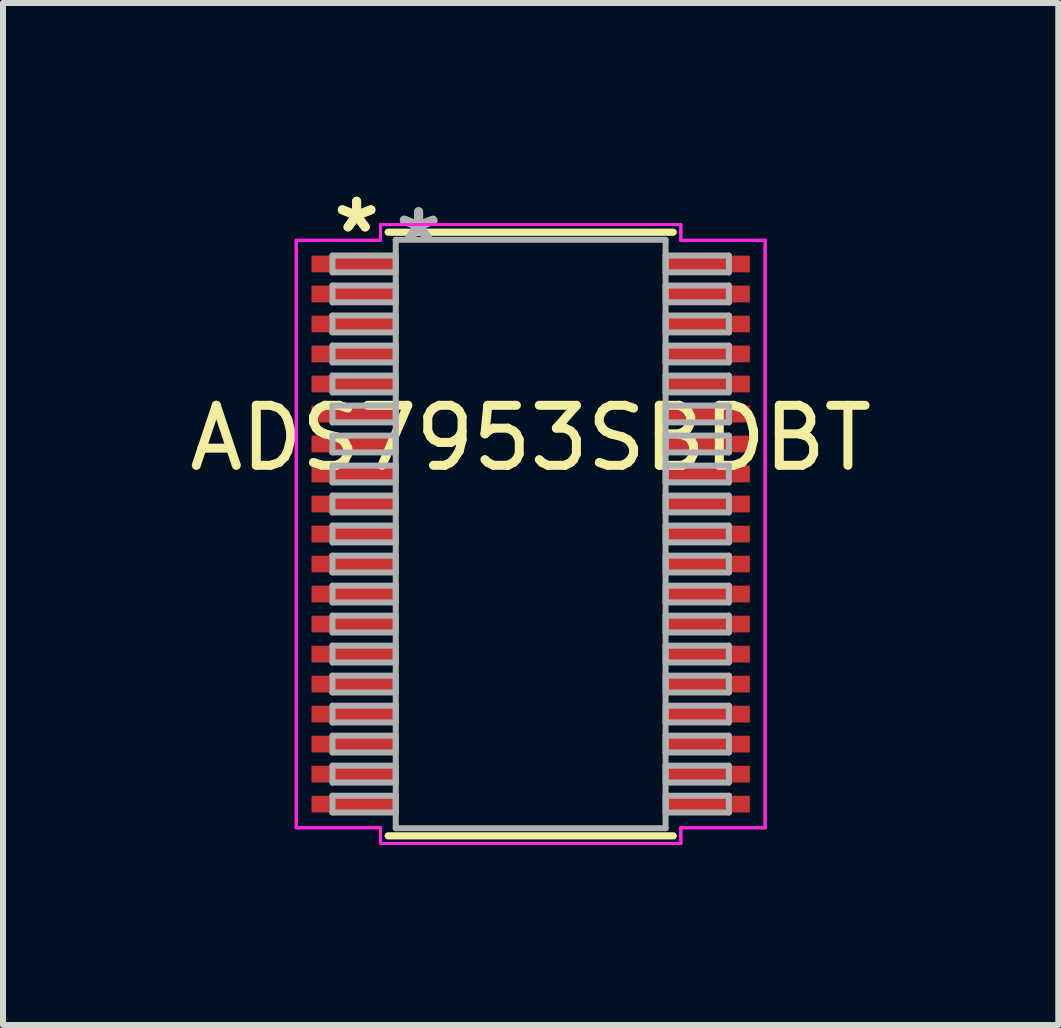
<source format=kicad_pcb>
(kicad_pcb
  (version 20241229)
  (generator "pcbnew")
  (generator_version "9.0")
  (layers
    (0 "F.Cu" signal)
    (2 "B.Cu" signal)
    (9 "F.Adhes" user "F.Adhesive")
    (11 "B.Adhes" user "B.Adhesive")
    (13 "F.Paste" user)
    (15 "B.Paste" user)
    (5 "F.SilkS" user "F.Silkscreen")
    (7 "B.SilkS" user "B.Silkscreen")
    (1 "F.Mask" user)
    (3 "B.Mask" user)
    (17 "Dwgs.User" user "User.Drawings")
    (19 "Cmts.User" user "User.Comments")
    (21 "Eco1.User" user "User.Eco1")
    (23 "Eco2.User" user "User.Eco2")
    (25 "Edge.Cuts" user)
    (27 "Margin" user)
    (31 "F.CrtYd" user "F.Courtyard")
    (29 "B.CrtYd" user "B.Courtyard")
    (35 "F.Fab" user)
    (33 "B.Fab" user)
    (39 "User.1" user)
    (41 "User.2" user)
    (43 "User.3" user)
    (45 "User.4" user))
  (footprint "ADS7953SBDBT"
    (layer "F.Cu")
    (at 5.792 5.848)
    (property "Reference" "ADS7953SBDBT" (at 0 -1.6 0) (layer "F.SilkS") (effects (font (size 1 1) (thickness 0.15))))
    (attr through_hole)
    (fp_line (start -2.375 5.029) (end 2.375 5.029) (stroke (width 0.12) (type solid)) (layer "F.SilkS"))
    (fp_line (start 2.375 -5.029) (end -2.375 -5.029) (stroke (width 0.12) (type solid)) (layer "F.SilkS"))
    (fp_line (start -3.906 -4.894) (end -2.502 -4.894) (stroke (width 0.05) (type solid)) (layer "F.CrtYd"))
    (fp_line (start -3.906 -4.894) (end -2.502 -4.894) (stroke (width 0.05) (type solid)) (layer "F.CrtYd"))
    (fp_line (start -3.906 4.894) (end -3.906 -4.894) (stroke (width 0.05) (type solid)) (layer "F.CrtYd"))
    (fp_line (start -3.906 4.894) (end -3.906 -4.894) (stroke (width 0.05) (type solid)) (layer "F.CrtYd"))
    (fp_line (start -3.906 4.894) (end -2.502 4.894) (stroke (width 0.05) (type solid)) (layer "F.CrtYd"))
    (fp_line (start -2.502 -5.156) (end 2.502 -5.156) (stroke (width 0.05) (type solid)) (layer "F.CrtYd"))
    (fp_line (start -2.502 -5.156) (end 2.502 -5.156) (stroke (width 0.05) (type solid)) (layer "F.CrtYd"))
    (fp_line (start -2.502 -4.894) (end -2.502 -5.156) (stroke (width 0.05) (type solid)) (layer "F.CrtYd"))
    (fp_line (start -2.502 -4.894) (end -2.502 -5.156) (stroke (width 0.05) (type solid)) (layer "F.CrtYd"))
    (fp_line (start -2.502 4.894) (end -3.906 4.894) (stroke (width 0.05) (type solid)) (layer "F.CrtYd"))
    (fp_line (start -2.502 5.156) (end -2.502 4.894) (stroke (width 0.05) (type solid)) (layer "F.CrtYd"))
    (fp_line (start -2.502 5.156) (end -2.502 4.894) (stroke (width 0.05) (type solid)) (layer "F.CrtYd"))
    (fp_line (start 2.502 -5.156) (end 2.502 -4.894) (stroke (width 0.05) (type solid)) (layer "F.CrtYd"))
    (fp_line (start 2.502 -5.156) (end 2.502 -4.894) (stroke (width 0.05) (type solid)) (layer "F.CrtYd"))
    (fp_line (start 2.502 -4.894) (end 3.906 -4.894) (stroke (width 0.05) (type solid)) (layer "F.CrtYd"))
    (fp_line (start 2.502 4.894) (end 2.502 5.156) (stroke (width 0.05) (type solid)) (layer "F.CrtYd"))
    (fp_line (start 2.502 4.894) (end 2.502 5.156) (stroke (width 0.05) (type solid)) (layer "F.CrtYd"))
    (fp_line (start 2.502 5.156) (end -2.502 5.156) (stroke (width 0.05) (type solid)) (layer "F.CrtYd"))
    (fp_line (start 2.502 5.156) (end -2.502 5.156) (stroke (width 0.05) (type solid)) (layer "F.CrtYd"))
    (fp_line (start 3.906 -4.894) (end 2.502 -4.894) (stroke (width 0.05) (type solid)) (layer "F.CrtYd"))
    (fp_line (start 3.906 -4.894) (end 3.906 4.894) (stroke (width 0.05) (type solid)) (layer "F.CrtYd"))
    (fp_line (start 3.906 -4.894) (end 3.906 4.894) (stroke (width 0.05) (type solid)) (layer "F.CrtYd"))
    (fp_line (start 3.906 4.894) (end 2.502 4.894) (stroke (width 0.05) (type solid)) (layer "F.CrtYd"))
    (fp_line (start 3.906 4.894) (end 2.502 4.894) (stroke (width 0.05) (type solid)) (layer "F.CrtYd"))
    (fp_line (start -3.302 -4.64) (end -3.302 -4.36) (stroke (width 0.1) (type solid)) (layer "F.Fab"))
    (fp_line (start -3.302 -4.36) (end -2.248 -4.36) (stroke (width 0.1) (type solid)) (layer "F.Fab"))
    (fp_line (start -3.302 -4.14) (end -3.302 -3.86) (stroke (width 0.1) (type solid)) (layer "F.Fab"))
    (fp_line (start -3.302 -3.86) (end -2.248 -3.86) (stroke (width 0.1) (type solid)) (layer "F.Fab"))
    (fp_line (start -3.302 -3.64) (end -3.302 -3.36) (stroke (width 0.1) (type solid)) (layer "F.Fab"))
    (fp_line (start -3.302 -3.36) (end -2.248 -3.36) (stroke (width 0.1) (type solid)) (layer "F.Fab"))
    (fp_line (start -3.302 -3.14) (end -3.302 -2.86) (stroke (width 0.1) (type solid)) (layer "F.Fab"))
    (fp_line (start -3.302 -2.86) (end -2.248 -2.86) (stroke (width 0.1) (type solid)) (layer "F.Fab"))
    (fp_line (start -3.302 -2.64) (end -3.302 -2.36) (stroke (width 0.1) (type solid)) (layer "F.Fab"))
    (fp_line (start -3.302 -2.36) (end -2.248 -2.36) (stroke (width 0.1) (type solid)) (layer "F.Fab"))
    (fp_line (start -3.302 -2.14) (end -3.302 -1.86) (stroke (width 0.1) (type solid)) (layer "F.Fab"))
    (fp_line (start -3.302 -1.86) (end -2.248 -1.86) (stroke (width 0.1) (type solid)) (layer "F.Fab"))
    (fp_line (start -3.302 -1.64) (end -3.302 -1.36) (stroke (width 0.1) (type solid)) (layer "F.Fab"))
    (fp_line (start -3.302 -1.36) (end -2.248 -1.36) (stroke (width 0.1) (type solid)) (layer "F.Fab"))
    (fp_line (start -3.302 -1.14) (end -3.302 -0.86) (stroke (width 0.1) (type solid)) (layer "F.Fab"))
    (fp_line (start -3.302 -0.86) (end -2.248 -0.86) (stroke (width 0.1) (type solid)) (layer "F.Fab"))
    (fp_line (start -3.302 -0.64) (end -3.302 -0.36) (stroke (width 0.1) (type solid)) (layer "F.Fab"))
    (fp_line (start -3.302 -0.36) (end -2.248 -0.36) (stroke (width 0.1) (type solid)) (layer "F.Fab"))
    (fp_line (start -3.302 -0.14) (end -3.302 0.14) (stroke (width 0.1) (type solid)) (layer "F.Fab"))
    (fp_line (start -3.302 0.14) (end -2.248 0.14) (stroke (width 0.1) (type solid)) (layer "F.Fab"))
    (fp_line (start -3.302 0.36) (end -3.302 0.64) (stroke (width 0.1) (type solid)) (layer "F.Fab"))
    (fp_line (start -3.302 0.64) (end -2.248 0.64) (stroke (width 0.1) (type solid)) (layer "F.Fab"))
    (fp_line (start -3.302 0.86) (end -3.302 1.14) (stroke (width 0.1) (type solid)) (layer "F.Fab"))
    (fp_line (start -3.302 1.14) (end -2.248 1.14) (stroke (width 0.1) (type solid)) (layer "F.Fab"))
    (fp_line (start -3.302 1.36) (end -3.302 1.64) (stroke (width 0.1) (type solid)) (layer "F.Fab"))
    (fp_line (start -3.302 1.64) (end -2.248 1.64) (stroke (width 0.1) (type solid)) (layer "F.Fab"))
    (fp_line (start -3.302 1.86) (end -3.302 2.14) (stroke (width 0.1) (type solid)) (layer "F.Fab"))
    (fp_line (start -3.302 2.14) (end -2.248 2.14) (stroke (width 0.1) (type solid)) (layer "F.Fab"))
    (fp_line (start -3.302 2.36) (end -3.302 2.64) (stroke (width 0.1) (type solid)) (layer "F.Fab"))
    (fp_line (start -3.302 2.64) (end -2.248 2.64) (stroke (width 0.1) (type solid)) (layer "F.Fab"))
    (fp_line (start -3.302 2.86) (end -3.302 3.14) (stroke (width 0.1) (type solid)) (layer "F.Fab"))
    (fp_line (start -3.302 3.14) (end -2.248 3.14) (stroke (width 0.1) (type solid)) (layer "F.Fab"))
    (fp_line (start -3.302 3.36) (end -3.302 3.64) (stroke (width 0.1) (type solid)) (layer "F.Fab"))
    (fp_line (start -3.302 3.64) (end -2.248 3.64) (stroke (width 0.1) (type solid)) (layer "F.Fab"))
    (fp_line (start -3.302 3.86) (end -3.302 4.14) (stroke (width 0.1) (type solid)) (layer "F.Fab"))
    (fp_line (start -3.302 4.14) (end -2.248 4.14) (stroke (width 0.1) (type solid)) (layer "F.Fab"))
    (fp_line (start -3.302 4.36) (end -3.302 4.64) (stroke (width 0.1) (type solid)) (layer "F.Fab"))
    (fp_line (start -3.302 4.64) (end -2.248 4.64) (stroke (width 0.1) (type solid)) (layer "F.Fab"))
    (fp_line (start -2.248 -4.902) (end -2.248 4.902) (stroke (width 0.1) (type solid)) (layer "F.Fab"))
    (fp_line (start -2.248 -4.64) (end -3.302 -4.64) (stroke (width 0.1) (type solid)) (layer "F.Fab"))
    (fp_line (start -2.248 -4.36) (end -2.248 -4.64) (stroke (width 0.1) (type solid)) (layer "F.Fab"))
    (fp_line (start -2.248 -4.14) (end -3.302 -4.14) (stroke (width 0.1) (type solid)) (layer "F.Fab"))
    (fp_line (start -2.248 -3.86) (end -2.248 -4.14) (stroke (width 0.1) (type solid)) (layer "F.Fab"))
    (fp_line (start -2.248 -3.64) (end -3.302 -3.64) (stroke (width 0.1) (type solid)) (layer "F.Fab"))
    (fp_line (start -2.248 -3.36) (end -2.248 -3.64) (stroke (width 0.1) (type solid)) (layer "F.Fab"))
    (fp_line (start -2.248 -3.14) (end -3.302 -3.14) (stroke (width 0.1) (type solid)) (layer "F.Fab"))
    (fp_line (start -2.248 -2.86) (end -2.248 -3.14) (stroke (width 0.1) (type solid)) (layer "F.Fab"))
    (fp_line (start -2.248 -2.64) (end -3.302 -2.64) (stroke (width 0.1) (type solid)) (layer "F.Fab"))
    (fp_line (start -2.248 -2.36) (end -2.248 -2.64) (stroke (width 0.1) (type solid)) (layer "F.Fab"))
    (fp_line (start -2.248 -2.14) (end -3.302 -2.14) (stroke (width 0.1) (type solid)) (layer "F.Fab"))
    (fp_line (start -2.248 -1.86) (end -2.248 -2.14) (stroke (width 0.1) (type solid)) (layer "F.Fab"))
    (fp_line (start -2.248 -1.64) (end -3.302 -1.64) (stroke (width 0.1) (type solid)) (layer "F.Fab"))
    (fp_line (start -2.248 -1.36) (end -2.248 -1.64) (stroke (width 0.1) (type solid)) (layer "F.Fab"))
    (fp_line (start -2.248 -1.14) (end -3.302 -1.14) (stroke (width 0.1) (type solid)) (layer "F.Fab"))
    (fp_line (start -2.248 -0.86) (end -2.248 -1.14) (stroke (width 0.1) (type solid)) (layer "F.Fab"))
    (fp_line (start -2.248 -0.64) (end -3.302 -0.64) (stroke (width 0.1) (type solid)) (layer "F.Fab"))
    (fp_line (start -2.248 -0.36) (end -2.248 -0.64) (stroke (width 0.1) (type solid)) (layer "F.Fab"))
    (fp_line (start -2.248 -0.14) (end -3.302 -0.14) (stroke (width 0.1) (type solid)) (layer "F.Fab"))
    (fp_line (start -2.248 0.14) (end -2.248 -0.14) (stroke (width 0.1) (type solid)) (layer "F.Fab"))
    (fp_line (start -2.248 0.36) (end -3.302 0.36) (stroke (width 0.1) (type solid)) (layer "F.Fab"))
    (fp_line (start -2.248 0.64) (end -2.248 0.36) (stroke (width 0.1) (type solid)) (layer "F.Fab"))
    (fp_line (start -2.248 0.86) (end -3.302 0.86) (stroke (width 0.1) (type solid)) (layer "F.Fab"))
    (fp_line (start -2.248 1.14) (end -2.248 0.86) (stroke (width 0.1) (type solid)) (layer "F.Fab"))
    (fp_line (start -2.248 1.36) (end -3.302 1.36) (stroke (width 0.1) (type solid)) (layer "F.Fab"))
    (fp_line (start -2.248 1.64) (end -2.248 1.36) (stroke (width 0.1) (type solid)) (layer "F.Fab"))
    (fp_line (start -2.248 1.86) (end -3.302 1.86) (stroke (width 0.1) (type solid)) (layer "F.Fab"))
    (fp_line (start -2.248 2.14) (end -2.248 1.86) (stroke (width 0.1) (type solid)) (layer "F.Fab"))
    (fp_line (start -2.248 2.36) (end -3.302 2.36) (stroke (width 0.1) (type solid)) (layer "F.Fab"))
    (fp_line (start -2.248 2.64) (end -2.248 2.36) (stroke (width 0.1) (type solid)) (layer "F.Fab"))
    (fp_line (start -2.248 2.86) (end -3.302 2.86) (stroke (width 0.1) (type solid)) (layer "F.Fab"))
    (fp_line (start -2.248 3.14) (end -2.248 2.86) (stroke (width 0.1) (type solid)) (layer "F.Fab"))
    (fp_line (start -2.248 3.36) (end -3.302 3.36) (stroke (width 0.1) (type solid)) (layer "F.Fab"))
    (fp_line (start -2.248 3.64) (end -2.248 3.36) (stroke (width 0.1) (type solid)) (layer "F.Fab"))
    (fp_line (start -2.248 3.86) (end -3.302 3.86) (stroke (width 0.1) (type solid)) (layer "F.Fab"))
    (fp_line (start -2.248 4.14) (end -2.248 3.86) (stroke (width 0.1) (type solid)) (layer "F.Fab"))
    (fp_line (start -2.248 4.36) (end -3.302 4.36) (stroke (width 0.1) (type solid)) (layer "F.Fab"))
    (fp_line (start -2.248 4.64) (end -2.248 4.36) (stroke (width 0.1) (type solid)) (layer "F.Fab"))
    (fp_line (start -2.248 4.902) (end 2.248 4.902) (stroke (width 0.1) (type solid)) (layer "F.Fab"))
    (fp_line (start 2.248 -4.902) (end -2.248 -4.902) (stroke (width 0.1) (type solid)) (layer "F.Fab"))
    (fp_line (start 2.248 -4.64) (end 2.248 -4.36) (stroke (width 0.1) (type solid)) (layer "F.Fab"))
    (fp_line (start 2.248 -4.36) (end 3.302 -4.36) (stroke (width 0.1) (type solid)) (layer "F.Fab"))
    (fp_line (start 2.248 -4.14) (end 2.248 -3.86) (stroke (width 0.1) (type solid)) (layer "F.Fab"))
    (fp_line (start 2.248 -3.86) (end 3.302 -3.86) (stroke (width 0.1) (type solid)) (layer "F.Fab"))
    (fp_line (start 2.248 -3.64) (end 2.248 -3.36) (stroke (width 0.1) (type solid)) (layer "F.Fab"))
    (fp_line (start 2.248 -3.36) (end 3.302 -3.36) (stroke (width 0.1) (type solid)) (layer "F.Fab"))
    (fp_line (start 2.248 -3.14) (end 2.248 -2.86) (stroke (width 0.1) (type solid)) (layer "F.Fab"))
    (fp_line (start 2.248 -2.86) (end 3.302 -2.86) (stroke (width 0.1) (type solid)) (layer "F.Fab"))
    (fp_line (start 2.248 -2.64) (end 2.248 -2.36) (stroke (width 0.1) (type solid)) (layer "F.Fab"))
    (fp_line (start 2.248 -2.36) (end 3.302 -2.36) (stroke (width 0.1) (type solid)) (layer "F.Fab"))
    (fp_line (start 2.248 -2.14) (end 2.248 -1.86) (stroke (width 0.1) (type solid)) (layer "F.Fab"))
    (fp_line (start 2.248 -1.86) (end 3.302 -1.86) (stroke (width 0.1) (type solid)) (layer "F.Fab"))
    (fp_line (start 2.248 -1.64) (end 2.248 -1.36) (stroke (width 0.1) (type solid)) (layer "F.Fab"))
    (fp_line (start 2.248 -1.36) (end 3.302 -1.36) (stroke (width 0.1) (type solid)) (layer "F.Fab"))
    (fp_line (start 2.248 -1.14) (end 2.248 -0.86) (stroke (width 0.1) (type solid)) (layer "F.Fab"))
    (fp_line (start 2.248 -0.86) (end 3.302 -0.86) (stroke (width 0.1) (type solid)) (layer "F.Fab"))
    (fp_line (start 2.248 -0.64) (end 2.248 -0.36) (stroke (width 0.1) (type solid)) (layer "F.Fab"))
    (fp_line (start 2.248 -0.36) (end 3.302 -0.36) (stroke (width 0.1) (type solid)) (layer "F.Fab"))
    (fp_line (start 2.248 -0.14) (end 2.248 0.14) (stroke (width 0.1) (type solid)) (layer "F.Fab"))
    (fp_line (start 2.248 0.14) (end 3.302 0.14) (stroke (width 0.1) (type solid)) (layer "F.Fab"))
    (fp_line (start 2.248 0.36) (end 2.248 0.64) (stroke (width 0.1) (type solid)) (layer "F.Fab"))
    (fp_line (start 2.248 0.64) (end 3.302 0.64) (stroke (width 0.1) (type solid)) (layer "F.Fab"))
    (fp_line (start 2.248 0.86) (end 2.248 1.14) (stroke (width 0.1) (type solid)) (layer "F.Fab"))
    (fp_line (start 2.248 1.14) (end 3.302 1.14) (stroke (width 0.1) (type solid)) (layer "F.Fab"))
    (fp_line (start 2.248 1.36) (end 2.248 1.64) (stroke (width 0.1) (type solid)) (layer "F.Fab"))
    (fp_line (start 2.248 1.64) (end 3.302 1.64) (stroke (width 0.1) (type solid)) (layer "F.Fab"))
    (fp_line (start 2.248 1.86) (end 2.248 2.14) (stroke (width 0.1) (type solid)) (layer "F.Fab"))
    (fp_line (start 2.248 2.14) (end 3.302 2.14) (stroke (width 0.1) (type solid)) (layer "F.Fab"))
    (fp_line (start 2.248 2.36) (end 2.248 2.64) (stroke (width 0.1) (type solid)) (layer "F.Fab"))
    (fp_line (start 2.248 2.64) (end 3.302 2.64) (stroke (width 0.1) (type solid)) (layer "F.Fab"))
    (fp_line (start 2.248 2.86) (end 2.248 3.14) (stroke (width 0.1) (type solid)) (layer "F.Fab"))
    (fp_line (start 2.248 3.14) (end 3.302 3.14) (stroke (width 0.1) (type solid)) (layer "F.Fab"))
    (fp_line (start 2.248 3.36) (end 2.248 3.64) (stroke (width 0.1) (type solid)) (layer "F.Fab"))
    (fp_line (start 2.248 3.64) (end 3.302 3.64) (stroke (width 0.1) (type solid)) (layer "F.Fab"))
    (fp_line (start 2.248 3.86) (end 2.248 4.14) (stroke (width 0.1) (type solid)) (layer "F.Fab"))
    (fp_line (start 2.248 4.14) (end 3.302 4.14) (stroke (width 0.1) (type solid)) (layer "F.Fab"))
    (fp_line (start 2.248 4.36) (end 2.248 4.64) (stroke (width 0.1) (type solid)) (layer "F.Fab"))
    (fp_line (start 2.248 4.64) (end 3.302 4.64) (stroke (width 0.1) (type solid)) (layer "F.Fab"))
    (fp_line (start 2.248 4.902) (end 2.248 -4.902) (stroke (width 0.1) (type solid)) (layer "F.Fab"))
    (fp_line (start 3.302 -4.64) (end 2.248 -4.64) (stroke (width 0.1) (type solid)) (layer "F.Fab"))
    (fp_line (start 3.302 -4.36) (end 3.302 -4.64) (stroke (width 0.1) (type solid)) (layer "F.Fab"))
    (fp_line (start 3.302 -4.14) (end 2.248 -4.14) (stroke (width 0.1) (type solid)) (layer "F.Fab"))
    (fp_line (start 3.302 -3.86) (end 3.302 -4.14) (stroke (width 0.1) (type solid)) (layer "F.Fab"))
    (fp_line (start 3.302 -3.64) (end 2.248 -3.64) (stroke (width 0.1) (type solid)) (layer "F.Fab"))
    (fp_line (start 3.302 -3.36) (end 3.302 -3.64) (stroke (width 0.1) (type solid)) (layer "F.Fab"))
    (fp_line (start 3.302 -3.14) (end 2.248 -3.14) (stroke (width 0.1) (type solid)) (layer "F.Fab"))
    (fp_line (start 3.302 -2.86) (end 3.302 -3.14) (stroke (width 0.1) (type solid)) (layer "F.Fab"))
    (fp_line (start 3.302 -2.64) (end 2.248 -2.64) (stroke (width 0.1) (type solid)) (layer "F.Fab"))
    (fp_line (start 3.302 -2.36) (end 3.302 -2.64) (stroke (width 0.1) (type solid)) (layer "F.Fab"))
    (fp_line (start 3.302 -2.14) (end 2.248 -2.14) (stroke (width 0.1) (type solid)) (layer "F.Fab"))
    (fp_line (start 3.302 -1.86) (end 3.302 -2.14) (stroke (width 0.1) (type solid)) (layer "F.Fab"))
    (fp_line (start 3.302 -1.64) (end 2.248 -1.64) (stroke (width 0.1) (type solid)) (layer "F.Fab"))
    (fp_line (start 3.302 -1.36) (end 3.302 -1.64) (stroke (width 0.1) (type solid)) (layer "F.Fab"))
    (fp_line (start 3.302 -1.14) (end 2.248 -1.14) (stroke (width 0.1) (type solid)) (layer "F.Fab"))
    (fp_line (start 3.302 -0.86) (end 3.302 -1.14) (stroke (width 0.1) (type solid)) (layer "F.Fab"))
    (fp_line (start 3.302 -0.64) (end 2.248 -0.64) (stroke (width 0.1) (type solid)) (layer "F.Fab"))
    (fp_line (start 3.302 -0.36) (end 3.302 -0.64) (stroke (width 0.1) (type solid)) (layer "F.Fab"))
    (fp_line (start 3.302 -0.14) (end 2.248 -0.14) (stroke (width 0.1) (type solid)) (layer "F.Fab"))
    (fp_line (start 3.302 0.14) (end 3.302 -0.14) (stroke (width 0.1) (type solid)) (layer "F.Fab"))
    (fp_line (start 3.302 0.36) (end 2.248 0.36) (stroke (width 0.1) (type solid)) (layer "F.Fab"))
    (fp_line (start 3.302 0.64) (end 3.302 0.36) (stroke (width 0.1) (type solid)) (layer "F.Fab"))
    (fp_line (start 3.302 0.86) (end 2.248 0.86) (stroke (width 0.1) (type solid)) (layer "F.Fab"))
    (fp_line (start 3.302 1.14) (end 3.302 0.86) (stroke (width 0.1) (type solid)) (layer "F.Fab"))
    (fp_line (start 3.302 1.36) (end 2.248 1.36) (stroke (width 0.1) (type solid)) (layer "F.Fab"))
    (fp_line (start 3.302 1.64) (end 3.302 1.36) (stroke (width 0.1) (type solid)) (layer "F.Fab"))
    (fp_line (start 3.302 1.86) (end 2.248 1.86) (stroke (width 0.1) (type solid)) (layer "F.Fab"))
    (fp_line (start 3.302 2.14) (end 3.302 1.86) (stroke (width 0.1) (type solid)) (layer "F.Fab"))
    (fp_line (start 3.302 2.36) (end 2.248 2.36) (stroke (width 0.1) (type solid)) (layer "F.Fab"))
    (fp_line (start 3.302 2.64) (end 3.302 2.36) (stroke (width 0.1) (type solid)) (layer "F.Fab"))
    (fp_line (start 3.302 2.86) (end 2.248 2.86) (stroke (width 0.1) (type solid)) (layer "F.Fab"))
    (fp_line (start 3.302 3.14) (end 3.302 2.86) (stroke (width 0.1) (type solid)) (layer "F.Fab"))
    (fp_line (start 3.302 3.36) (end 2.248 3.36) (stroke (width 0.1) (type solid)) (layer "F.Fab"))
    (fp_line (start 3.302 3.64) (end 3.302 3.36) (stroke (width 0.1) (type solid)) (layer "F.Fab"))
    (fp_line (start 3.302 3.86) (end 2.248 3.86) (stroke (width 0.1) (type solid)) (layer "F.Fab"))
    (fp_line (start 3.302 4.14) (end 3.302 3.86) (stroke (width 0.1) (type solid)) (layer "F.Fab"))
    (fp_line (start 3.302 4.36) (end 2.248 4.36) (stroke (width 0.1) (type solid)) (layer "F.Fab"))
    (fp_line (start 3.302 4.64) (end 3.302 4.36) (stroke (width 0.1) (type solid)) (layer "F.Fab"))
    (fp_text user "*" (at -2.9 -5 0) (layer "F.SilkS") (effects (font (size 1 1) (thickness 0.15))))
    (fp_text user "*" (at -2.9 -5 0) (layer "F.SilkS") (effects (font (size 1 1) (thickness 0.15))))
    (fp_text user "*" (at -1.867 -4.826 0) (layer "F.Fab") (effects (font (size 1 1) (thickness 0.15))))
    (fp_text user "*" (at -1.867 -4.826 0) (layer "F.Fab") (effects (font (size 1 1) (thickness 0.15))))
    (pad "1" smd rect (at -2.95 -4.5) (size 1.404 0.279) (layers "F.Cu" "F.Mask" "F.Paste"))
    (pad "2" smd rect (at -2.95 -4) (size 1.404 0.279) (layers "F.Cu" "F.Mask" "F.Paste"))
    (pad "3" smd rect (at -2.95 -3.5) (size 1.404 0.279) (layers "F.Cu" "F.Mask" "F.Paste"))
    (pad "4" smd rect (at -2.95 -3) (size 1.404 0.279) (layers "F.Cu" "F.Mask" "F.Paste"))
    (pad "5" smd rect (at -2.95 -2.5) (size 1.404 0.279) (layers "F.Cu" "F.Mask" "F.Paste"))
    (pad "6" smd rect (at -2.95 -2) (size 1.404 0.279) (layers "F.Cu" "F.Mask" "F.Paste"))
    (pad "7" smd rect (at -2.95 -1.5) (size 1.404 0.279) (layers "F.Cu" "F.Mask" "F.Paste"))
    (pad "8" smd rect (at -2.95 -1) (size 1.404 0.279) (layers "F.Cu" "F.Mask" "F.Paste"))
    (pad "9" smd rect (at -2.95 -0.5) (size 1.404 0.279) (layers "F.Cu" "F.Mask" "F.Paste"))
    (pad "10" smd rect (at -2.95 0) (size 1.404 0.279) (layers "F.Cu" "F.Mask" "F.Paste"))
    (pad "11" smd rect (at -2.95 0.5) (size 1.404 0.279) (layers "F.Cu" "F.Mask" "F.Paste"))
    (pad "12" smd rect (at -2.95 1) (size 1.404 0.279) (layers "F.Cu" "F.Mask" "F.Paste"))
    (pad "13" smd rect (at -2.95 1.5) (size 1.404 0.279) (layers "F.Cu" "F.Mask" "F.Paste"))
    (pad "14" smd rect (at -2.95 2) (size 1.404 0.279) (layers "F.Cu" "F.Mask" "F.Paste"))
    (pad "15" smd rect (at -2.95 2.5) (size 1.404 0.279) (layers "F.Cu" "F.Mask" "F.Paste"))
    (pad "16" smd rect (at -2.95 3) (size 1.404 0.279) (layers "F.Cu" "F.Mask" "F.Paste"))
    (pad "17" smd rect (at -2.95 3.5) (size 1.404 0.279) (layers "F.Cu" "F.Mask" "F.Paste"))
    (pad "18" smd rect (at -2.95 4) (size 1.404 0.279) (layers "F.Cu" "F.Mask" "F.Paste"))
    (pad "19" smd rect (at -2.95 4.5) (size 1.404 0.279) (layers "F.Cu" "F.Mask" "F.Paste"))
    (pad "20" smd rect (at 2.95 4.5) (size 1.404 0.279) (layers "F.Cu" "F.Mask" "F.Paste"))
    (pad "21" smd rect (at 2.95 4) (size 1.404 0.279) (layers "F.Cu" "F.Mask" "F.Paste"))
    (pad "22" smd rect (at 2.95 3.5) (size 1.404 0.279) (layers "F.Cu" "F.Mask" "F.Paste"))
    (pad "23" smd rect (at 2.95 3) (size 1.404 0.279) (layers "F.Cu" "F.Mask" "F.Paste"))
    (pad "24" smd rect (at 2.95 2.5) (size 1.404 0.279) (layers "F.Cu" "F.Mask" "F.Paste"))
    (pad "25" smd rect (at 2.95 2) (size 1.404 0.279) (layers "F.Cu" "F.Mask" "F.Paste"))
    (pad "26" smd rect (at 2.95 1.5) (size 1.404 0.279) (layers "F.Cu" "F.Mask" "F.Paste"))
    (pad "27" smd rect (at 2.95 1) (size 1.404 0.279) (layers "F.Cu" "F.Mask" "F.Paste"))
    (pad "28" smd rect (at 2.95 0.5) (size 1.404 0.279) (layers "F.Cu" "F.Mask" "F.Paste"))
    (pad "29" smd rect (at 2.95 0) (size 1.404 0.279) (layers "F.Cu" "F.Mask" "F.Paste"))
    (pad "30" smd rect (at 2.95 -0.5) (size 1.404 0.279) (layers "F.Cu" "F.Mask" "F.Paste"))
    (pad "31" smd rect (at 2.95 -1) (size 1.404 0.279) (layers "F.Cu" "F.Mask" "F.Paste"))
    (pad "32" smd rect (at 2.95 -1.5) (size 1.404 0.279) (layers "F.Cu" "F.Mask" "F.Paste"))
    (pad "33" smd rect (at 2.95 -2) (size 1.404 0.279) (layers "F.Cu" "F.Mask" "F.Paste"))
    (pad "34" smd rect (at 2.95 -2.5) (size 1.404 0.279) (layers "F.Cu" "F.Mask" "F.Paste"))
    (pad "35" smd rect (at 2.95 -3) (size 1.404 0.279) (layers "F.Cu" "F.Mask" "F.Paste"))
    (pad "36" smd rect (at 2.95 -3.5) (size 1.404 0.279) (layers "F.Cu" "F.Mask" "F.Paste"))
    (pad "37" smd rect (at 2.95 -4) (size 1.404 0.279) (layers "F.Cu" "F.Mask" "F.Paste"))
    (pad "38" smd rect (at 2.95 -4.5) (size 1.404 0.279) (layers "F.Cu" "F.Mask" "F.Paste")))
  (gr_rect
    (start -3 -3)
    (end 14.583 14.029)
    (stroke (width 0.1) (type default))
    (fill no)
    (layer "Edge.Cuts")))
</source>
